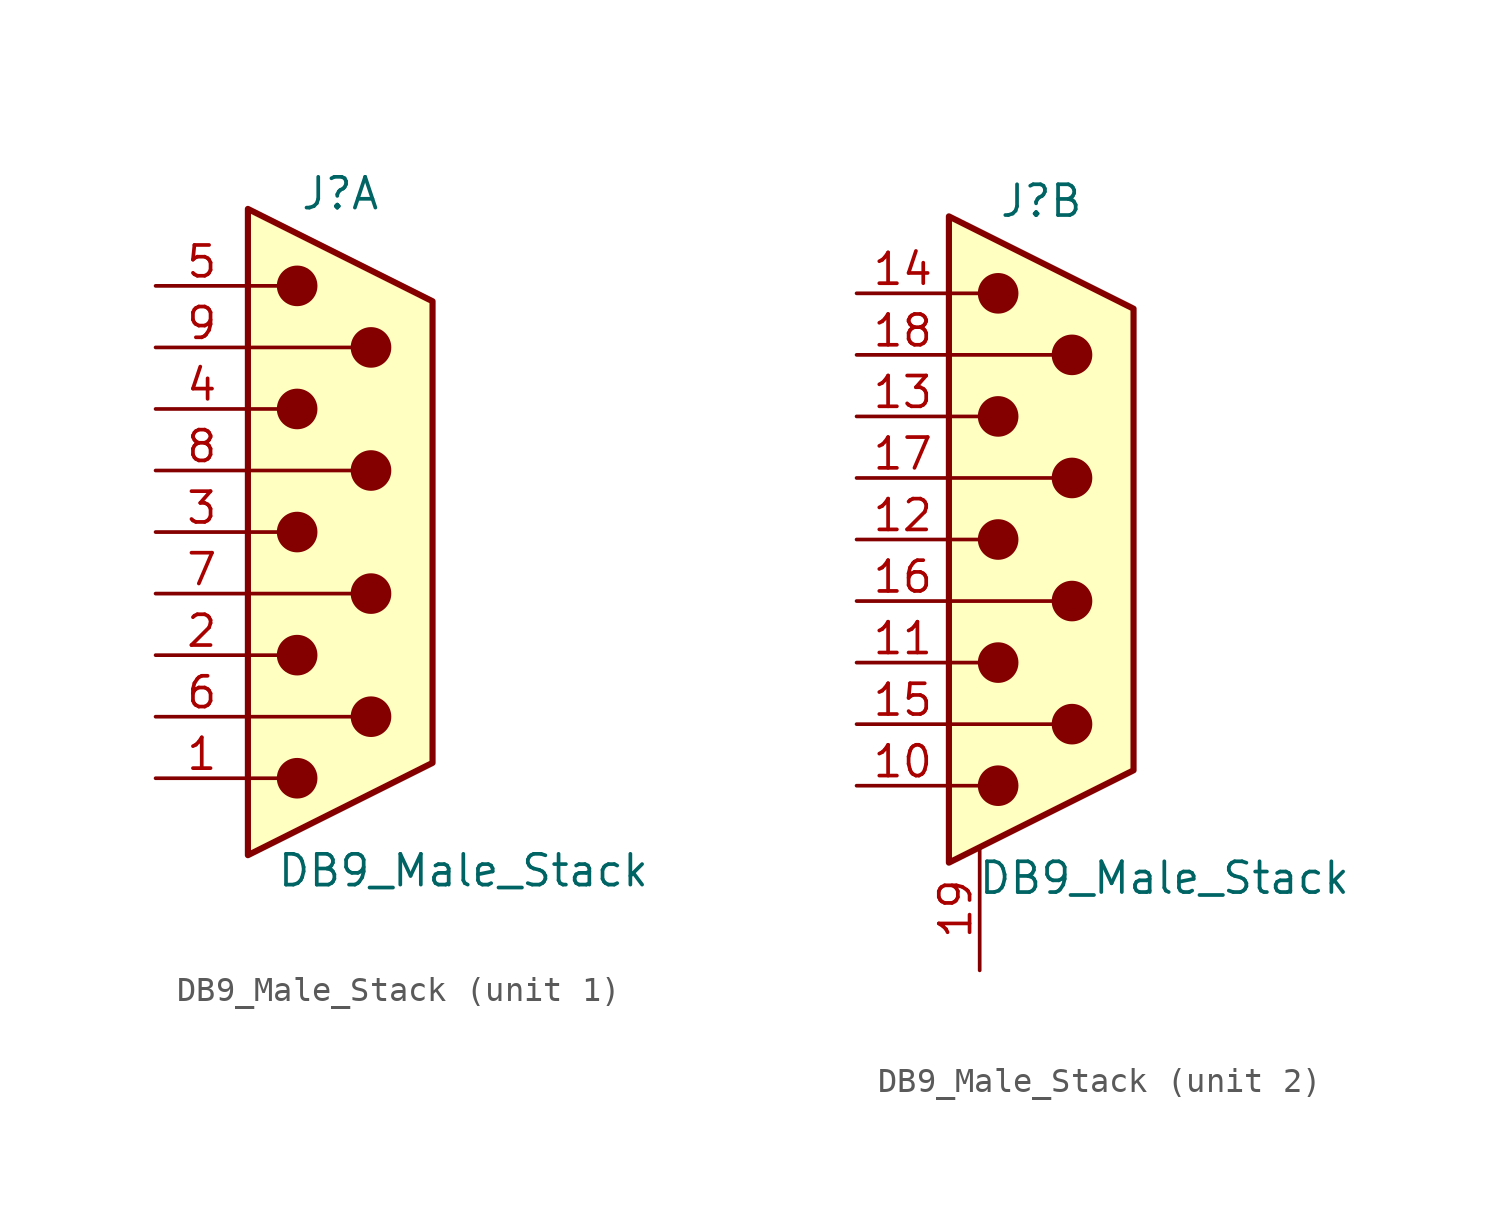
<source format=kicad_sym>
(kicad_symbol_lib
  (version 20220914)
  (generator kicad_symbol_editor)
  (symbol "DB9_Male_Stack"
    (pin_names
      (offset 1.016) hide)
    (property "Reference" "J"
      (at 0 13.97 0)
      (effects (font (size 1.27 1.27))))
    (property "Value" "DB9_Male_Stack"
      (at 5.08 -13.97 0)
      (effects (font (size 1.27 1.27))))
    (symbol "DB9_Male_Stack_0_1"
      (circle (center -1.778 -10.16) (radius 0.762) (stroke (width 0) (type default)) (fill (type outline)))
      (circle (center -1.778 -5.08) (radius 0.762) (stroke (width 0) (type default)) (fill (type outline)))
      (circle (center -1.778 0) (radius 0.762) (stroke (width 0) (type default)) (fill (type outline)))
      (circle (center -1.778 5.08) (radius 0.762) (stroke (width 0) (type default)) (fill (type outline)))
      (circle (center -1.778 10.16) (radius 0.762) (stroke (width 0) (type default)) (fill (type outline)))
      (polyline (pts (xy -3.81 -10.16) (xy -2.54 -10.16)) (stroke (width 0) (type default)) (fill (type none)))
      (polyline (pts (xy -3.81 -7.62) (xy 0.508 -7.62)) (stroke (width 0) (type default)) (fill (type none)))
      (polyline (pts (xy -3.81 -5.08) (xy -2.54 -5.08)) (stroke (width 0) (type default)) (fill (type none)))
      (polyline (pts (xy -3.81 -2.54) (xy 0.508 -2.54)) (stroke (width 0) (type default)) (fill (type none)))
      (polyline (pts (xy -3.81 0) (xy -2.54 0)) (stroke (width 0) (type default)) (fill (type none)))
      (polyline (pts (xy -3.81 2.54) (xy 0.508 2.54)) (stroke (width 0) (type default)) (fill (type none)))
      (polyline (pts (xy -3.81 5.08) (xy -2.54 5.08)) (stroke (width 0) (type default)) (fill (type none)))
      (polyline (pts (xy -3.81 7.62) (xy 0.508 7.62)) (stroke (width 0) (type default)) (fill (type none)))
      (polyline (pts (xy -3.81 10.16) (xy -2.54 10.16)) (stroke (width 0) (type default)) (fill (type none)))
      (polyline (pts (xy -3.81 -13.335) (xy -3.81 13.335) (xy 3.81 9.525) (xy 3.81 -9.525) (xy -3.81 -13.335)) (stroke (width 0.254) (type default)) (fill (type background)))
      (circle (center 1.27 -7.62) (radius 0.762) (stroke (width 0) (type default)) (fill (type outline)))
      (circle (center 1.27 -2.54) (radius 0.762) (stroke (width 0) (type default)) (fill (type outline)))
      (circle (center 1.27 2.54) (radius 0.762) (stroke (width 0) (type default)) (fill (type outline)))
      (circle (center 1.27 7.62) (radius 0.762) (stroke (width 0) (type default)) (fill (type outline))))
    (symbol "DB9_Male_Stack_1_1"
      (pin passive line (at -7.62 -10.16 0) (length 3.81) (name "1" (effects (font (size 1.27 1.27)))) (number "1" (effects (font (size 1.27 1.27)))))
      (pin passive line (at -7.62 -5.08 0) (length 3.81) (name "2" (effects (font (size 1.27 1.27)))) (number "2" (effects (font (size 1.27 1.27)))))
      (pin passive line (at -7.62 0 0) (length 3.81) (name "3" (effects (font (size 1.27 1.27)))) (number "3" (effects (font (size 1.27 1.27)))))
      (pin passive line (at -7.62 5.08 0) (length 3.81) (name "4" (effects (font (size 1.27 1.27)))) (number "4" (effects (font (size 1.27 1.27)))))
      (pin passive line (at -7.62 10.16 0) (length 3.81) (name "5" (effects (font (size 1.27 1.27)))) (number "5" (effects (font (size 1.27 1.27)))))
      (pin passive line (at -7.62 -7.62 0) (length 3.81) (name "6" (effects (font (size 1.27 1.27)))) (number "6" (effects (font (size 1.27 1.27)))))
      (pin passive line (at -7.62 -2.54 0) (length 3.81) (name "7" (effects (font (size 1.27 1.27)))) (number "7" (effects (font (size 1.27 1.27)))))
      (pin passive line (at -7.62 2.54 0) (length 3.81) (name "8" (effects (font (size 1.27 1.27)))) (number "8" (effects (font (size 1.27 1.27)))))
      (pin passive line (at -7.62 7.62 0) (length 3.81) (name "9" (effects (font (size 1.27 1.27)))) (number "9" (effects (font (size 1.27 1.27))))))
    (symbol "DB9_Male_Stack_2_0"
      (pin power_in line (at -2.54 -17.78 90) (length 5.08) (name "GND" (effects (font (size 1.27 1.27)))) (number "19" (effects (font (size 1.27 1.27))))))
    (symbol "DB9_Male_Stack_2_1"
      (pin passive line (at -7.62 -10.16 0) (length 3.81) (name "10" (effects (font (size 1.27 1.27)))) (number "10" (effects (font (size 1.27 1.27)))))
      (pin passive line (at -7.62 -5.08 0) (length 3.81) (name "11" (effects (font (size 1.27 1.27)))) (number "11" (effects (font (size 1.27 1.27)))))
      (pin passive line (at -7.62 0 0) (length 3.81) (name "12" (effects (font (size 1.27 1.27)))) (number "12" (effects (font (size 1.27 1.27)))))
      (pin passive line (at -7.62 5.08 0) (length 3.81) (name "13" (effects (font (size 1.27 1.27)))) (number "13" (effects (font (size 1.27 1.27)))))
      (pin passive line (at -7.62 10.16 0) (length 3.81) (name "14" (effects (font (size 1.27 1.27)))) (number "14" (effects (font (size 1.27 1.27)))))
      (pin passive line (at -7.62 -7.62 0) (length 3.81) (name "15" (effects (font (size 1.27 1.27)))) (number "15" (effects (font (size 1.27 1.27)))))
      (pin passive line (at -7.62 -2.54 0) (length 3.81) (name "16" (effects (font (size 1.27 1.27)))) (number "16" (effects (font (size 1.27 1.27)))))
      (pin passive line (at -7.62 2.54 0) (length 3.81) (name "17" (effects (font (size 1.27 1.27)))) (number "17" (effects (font (size 1.27 1.27)))))
      (pin passive line (at -7.62 7.62 0) (length 3.81) (name "18" (effects (font (size 1.27 1.27)))) (number "18" (effects (font (size 1.27 1.27))))))))
</source>
